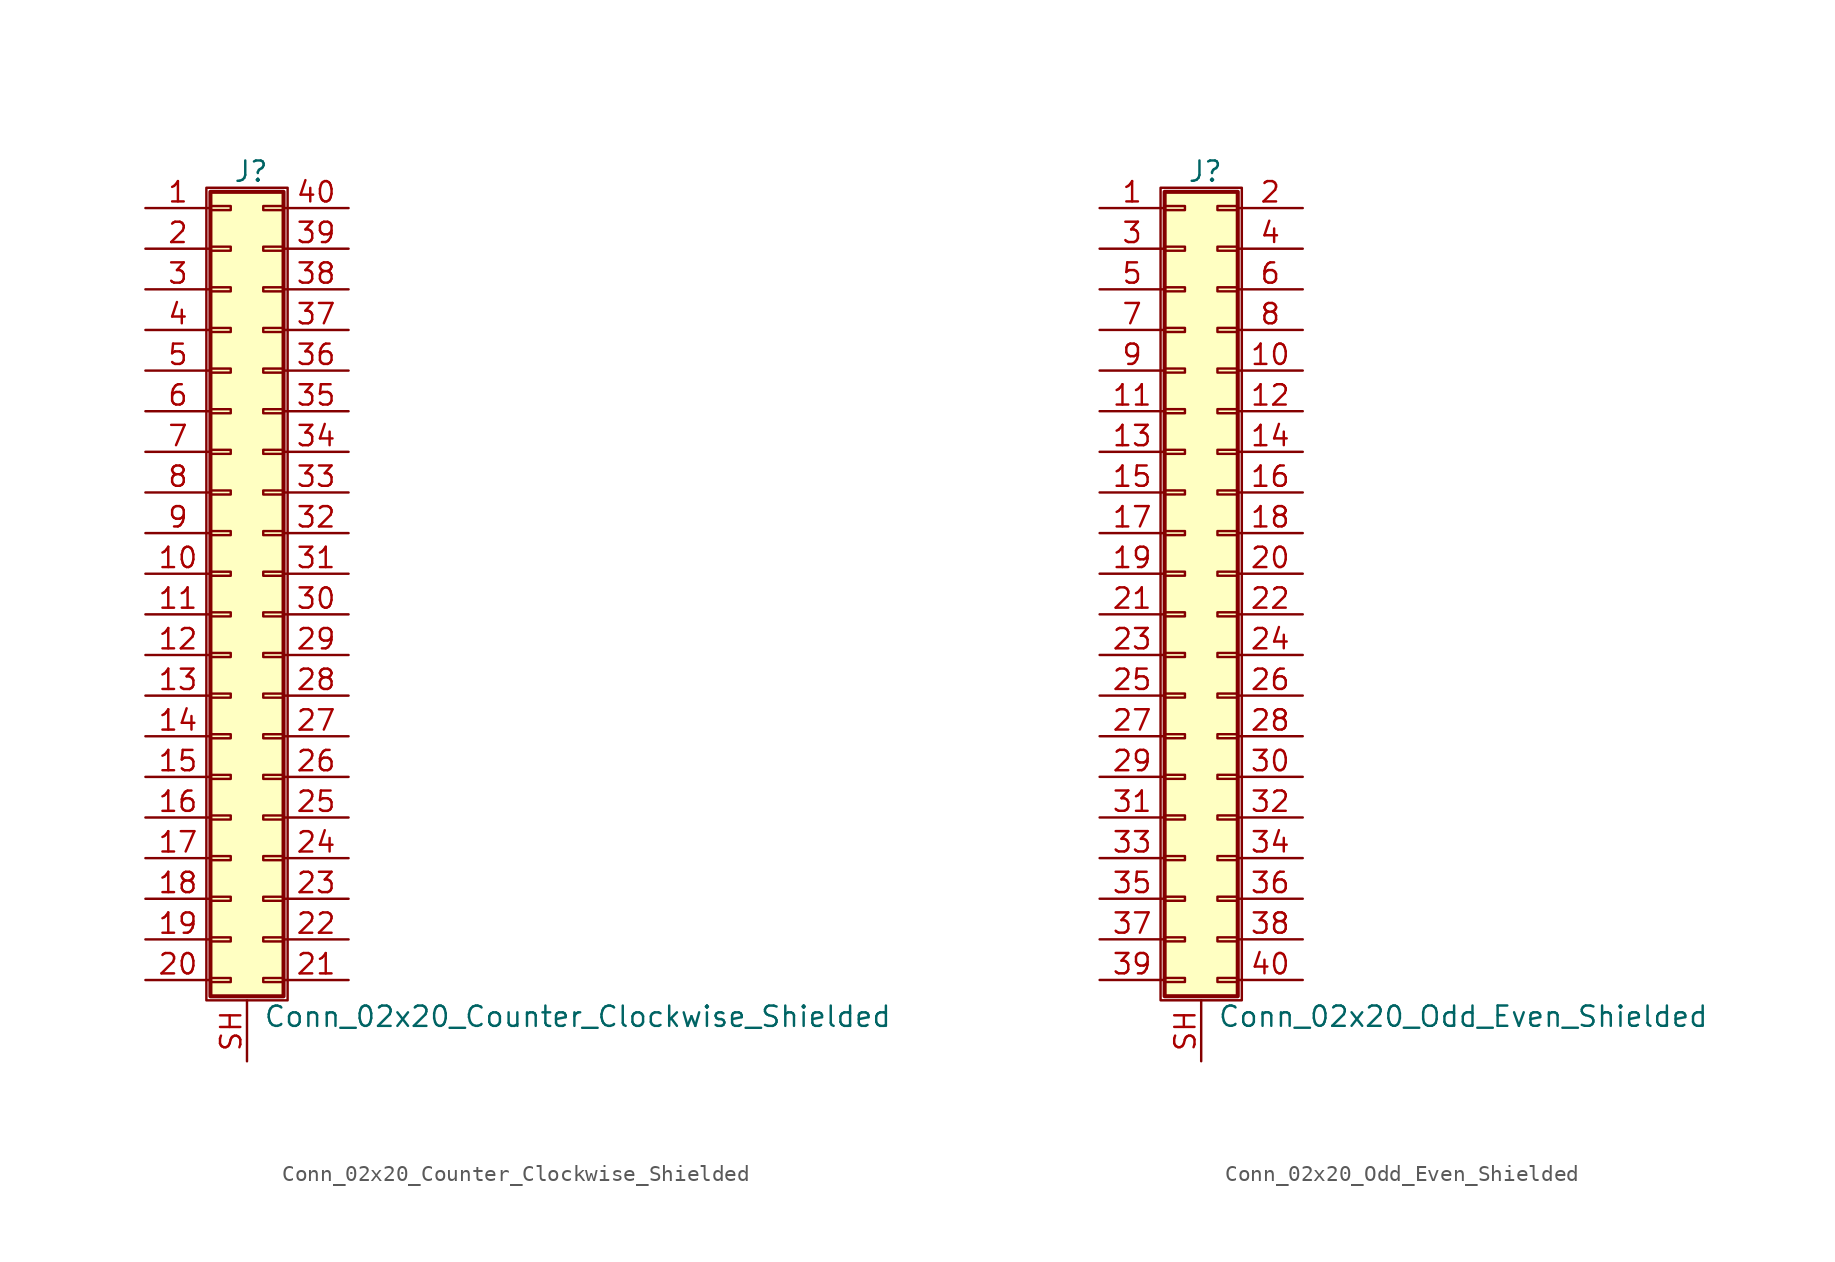
<source format=kicad_sym>
(kicad_symbol_lib
  (version 20201005)
  (generator kicad_symbol_editor)
  (symbol "Connector_Generic_Shielded:Conn_02x20_Counter_Clockwise_Shielded"
    (pin_names
      (offset 1.016) hide)
    (property "Reference" "J"
      (at 1.524 25.146 0)
      (effects (font (size 1.27 1.27))))
    (property "Value" "Conn_02x20_Counter_Clockwise_Shielded"
      (at 2.286 -27.686 0)
      (effects (font (size 1.27 1.27)) (justify left)))
    (symbol "Conn_02x20_Counter_Clockwise_Shielded_1_1"
      (rectangle (start -1.016 -4.953) (end 0.254 -5.207) (stroke (width 0.152)) (fill (type none)))
      (rectangle (start -1.016 -7.493) (end 0.254 -7.747) (stroke (width 0.152)) (fill (type none)))
      (rectangle (start -1.016 -10.033) (end 0.254 -10.287) (stroke (width 0.152)) (fill (type none)))
      (rectangle (start -1.016 -12.573) (end 0.254 -12.827) (stroke (width 0.152)) (fill (type none)))
      (rectangle (start -1.016 -15.113) (end 0.254 -15.367) (stroke (width 0.152)) (fill (type none)))
      (rectangle (start -1.016 -17.653) (end 0.254 -17.907) (stroke (width 0.152)) (fill (type none)))
      (rectangle (start -1.016 -20.193) (end 0.254 -20.447) (stroke (width 0.152)) (fill (type none)))
      (rectangle (start -1.016 -22.733) (end 0.254 -22.987) (stroke (width 0.152)) (fill (type none)))
      (rectangle (start -1.016 -2.413) (end 0.254 -2.667) (stroke (width 0.152)) (fill (type none)))
      (rectangle (start -1.016 -25.273) (end 0.254 -25.527) (stroke (width 0.152)) (fill (type none)))
      (rectangle (start -1.016 2.667) (end 0.254 2.413) (stroke (width 0.152)) (fill (type none)))
      (rectangle (start -1.016 5.207) (end 0.254 4.953) (stroke (width 0.152)) (fill (type none)))
      (rectangle (start -1.016 7.747) (end 0.254 7.493) (stroke (width 0.152)) (fill (type none)))
      (rectangle (start -1.016 10.287) (end 0.254 10.033) (stroke (width 0.152)) (fill (type none)))
      (rectangle (start -1.016 0.127) (end 0.254 -0.127) (stroke (width 0.152)) (fill (type none)))
      (rectangle (start -1.016 12.827) (end 0.254 12.573) (stroke (width 0.152)) (fill (type none)))
      (rectangle (start -1.016 15.367) (end 0.254 15.113) (stroke (width 0.152)) (fill (type none)))
      (rectangle (start -1.016 17.907) (end 0.254 17.653) (stroke (width 0.152)) (fill (type none)))
      (rectangle (start -1.016 20.447) (end 0.254 20.193) (stroke (width 0.152)) (fill (type none)))
      (rectangle (start -1.016 22.987) (end 0.254 22.733) (stroke (width 0.152)) (fill (type none)))
      (rectangle (start -1.016 23.876) (end 3.556 -26.416) (stroke (width 0.254)) (fill (type background)))
      (rectangle (start -1.27 24.13) (end 3.81 -26.67) (stroke (width 0.152)) (fill (type none)))
      (rectangle (start 3.556 -4.953) (end 2.286 -5.207) (stroke (width 0.152)) (fill (type none)))
      (rectangle (start 3.556 -7.493) (end 2.286 -7.747) (stroke (width 0.152)) (fill (type none)))
      (rectangle (start 3.556 -10.033) (end 2.286 -10.287) (stroke (width 0.152)) (fill (type none)))
      (rectangle (start 3.556 -12.573) (end 2.286 -12.827) (stroke (width 0.152)) (fill (type none)))
      (rectangle (start 3.556 -15.113) (end 2.286 -15.367) (stroke (width 0.152)) (fill (type none)))
      (rectangle (start 3.556 -17.653) (end 2.286 -17.907) (stroke (width 0.152)) (fill (type none)))
      (rectangle (start 3.556 -20.193) (end 2.286 -20.447) (stroke (width 0.152)) (fill (type none)))
      (rectangle (start 3.556 -22.733) (end 2.286 -22.987) (stroke (width 0.152)) (fill (type none)))
      (rectangle (start 3.556 -2.413) (end 2.286 -2.667) (stroke (width 0.152)) (fill (type none)))
      (rectangle (start 3.556 -25.273) (end 2.286 -25.527) (stroke (width 0.152)) (fill (type none)))
      (rectangle (start 3.556 2.667) (end 2.286 2.413) (stroke (width 0.152)) (fill (type none)))
      (rectangle (start 3.556 5.207) (end 2.286 4.953) (stroke (width 0.152)) (fill (type none)))
      (rectangle (start 3.556 7.747) (end 2.286 7.493) (stroke (width 0.152)) (fill (type none)))
      (rectangle (start 3.556 10.287) (end 2.286 10.033) (stroke (width 0.152)) (fill (type none)))
      (rectangle (start 3.556 0.127) (end 2.286 -0.127) (stroke (width 0.152)) (fill (type none)))
      (rectangle (start 3.556 12.827) (end 2.286 12.573) (stroke (width 0.152)) (fill (type none)))
      (rectangle (start 3.556 15.367) (end 2.286 15.113) (stroke (width 0.152)) (fill (type none)))
      (rectangle (start 3.556 17.907) (end 2.286 17.653) (stroke (width 0.152)) (fill (type none)))
      (rectangle (start 3.556 20.447) (end 2.286 20.193) (stroke (width 0.152)) (fill (type none)))
      (rectangle (start 3.556 22.987) (end 2.286 22.733) (stroke (width 0.152)) (fill (type none)))
      (pin passive line (at -5.08 22.86 0) (length 4.064) (name "Pin_1" (effects (font (size 1.27 1.27)))) (number "1" (effects (font (size 1.27 1.27)))))
      (pin passive line (at -5.08 0 0) (length 4.064) (name "Pin_10" (effects (font (size 1.27 1.27)))) (number "10" (effects (font (size 1.27 1.27)))))
      (pin passive line (at -5.08 -2.54 0) (length 4.064) (name "Pin_11" (effects (font (size 1.27 1.27)))) (number "11" (effects (font (size 1.27 1.27)))))
      (pin passive line (at -5.08 -5.08 0) (length 4.064) (name "Pin_12" (effects (font (size 1.27 1.27)))) (number "12" (effects (font (size 1.27 1.27)))))
      (pin passive line (at -5.08 -7.62 0) (length 4.064) (name "Pin_13" (effects (font (size 1.27 1.27)))) (number "13" (effects (font (size 1.27 1.27)))))
      (pin passive line (at -5.08 -10.16 0) (length 4.064) (name "Pin_14" (effects (font (size 1.27 1.27)))) (number "14" (effects (font (size 1.27 1.27)))))
      (pin passive line (at -5.08 -12.7 0) (length 4.064) (name "Pin_15" (effects (font (size 1.27 1.27)))) (number "15" (effects (font (size 1.27 1.27)))))
      (pin passive line (at -5.08 -15.24 0) (length 4.064) (name "Pin_16" (effects (font (size 1.27 1.27)))) (number "16" (effects (font (size 1.27 1.27)))))
      (pin passive line (at -5.08 -17.78 0) (length 4.064) (name "Pin_17" (effects (font (size 1.27 1.27)))) (number "17" (effects (font (size 1.27 1.27)))))
      (pin passive line (at -5.08 -20.32 0) (length 4.064) (name "Pin_18" (effects (font (size 1.27 1.27)))) (number "18" (effects (font (size 1.27 1.27)))))
      (pin passive line (at -5.08 -22.86 0) (length 4.064) (name "Pin_19" (effects (font (size 1.27 1.27)))) (number "19" (effects (font (size 1.27 1.27)))))
      (pin passive line (at -5.08 20.32 0) (length 4.064) (name "Pin_2" (effects (font (size 1.27 1.27)))) (number "2" (effects (font (size 1.27 1.27)))))
      (pin passive line (at -5.08 -25.4 0) (length 4.064) (name "Pin_20" (effects (font (size 1.27 1.27)))) (number "20" (effects (font (size 1.27 1.27)))))
      (pin passive line (at 7.62 -25.4 180) (length 4.064) (name "Pin_21" (effects (font (size 1.27 1.27)))) (number "21" (effects (font (size 1.27 1.27)))))
      (pin passive line (at 7.62 -22.86 180) (length 4.064) (name "Pin_22" (effects (font (size 1.27 1.27)))) (number "22" (effects (font (size 1.27 1.27)))))
      (pin passive line (at 7.62 -20.32 180) (length 4.064) (name "Pin_23" (effects (font (size 1.27 1.27)))) (number "23" (effects (font (size 1.27 1.27)))))
      (pin passive line (at 7.62 -17.78 180) (length 4.064) (name "Pin_24" (effects (font (size 1.27 1.27)))) (number "24" (effects (font (size 1.27 1.27)))))
      (pin passive line (at 7.62 -15.24 180) (length 4.064) (name "Pin_25" (effects (font (size 1.27 1.27)))) (number "25" (effects (font (size 1.27 1.27)))))
      (pin passive line (at 7.62 -12.7 180) (length 4.064) (name "Pin_26" (effects (font (size 1.27 1.27)))) (number "26" (effects (font (size 1.27 1.27)))))
      (pin passive line (at 7.62 -10.16 180) (length 4.064) (name "Pin_27" (effects (font (size 1.27 1.27)))) (number "27" (effects (font (size 1.27 1.27)))))
      (pin passive line (at 7.62 -7.62 180) (length 4.064) (name "Pin_28" (effects (font (size 1.27 1.27)))) (number "28" (effects (font (size 1.27 1.27)))))
      (pin passive line (at 7.62 -5.08 180) (length 4.064) (name "Pin_29" (effects (font (size 1.27 1.27)))) (number "29" (effects (font (size 1.27 1.27)))))
      (pin passive line (at -5.08 17.78 0) (length 4.064) (name "Pin_3" (effects (font (size 1.27 1.27)))) (number "3" (effects (font (size 1.27 1.27)))))
      (pin passive line (at 7.62 -2.54 180) (length 4.064) (name "Pin_30" (effects (font (size 1.27 1.27)))) (number "30" (effects (font (size 1.27 1.27)))))
      (pin passive line (at 7.62 0 180) (length 4.064) (name "Pin_31" (effects (font (size 1.27 1.27)))) (number "31" (effects (font (size 1.27 1.27)))))
      (pin passive line (at 7.62 2.54 180) (length 4.064) (name "Pin_32" (effects (font (size 1.27 1.27)))) (number "32" (effects (font (size 1.27 1.27)))))
      (pin passive line (at 7.62 5.08 180) (length 4.064) (name "Pin_33" (effects (font (size 1.27 1.27)))) (number "33" (effects (font (size 1.27 1.27)))))
      (pin passive line (at 7.62 7.62 180) (length 4.064) (name "Pin_34" (effects (font (size 1.27 1.27)))) (number "34" (effects (font (size 1.27 1.27)))))
      (pin passive line (at 7.62 10.16 180) (length 4.064) (name "Pin_35" (effects (font (size 1.27 1.27)))) (number "35" (effects (font (size 1.27 1.27)))))
      (pin passive line (at 7.62 12.7 180) (length 4.064) (name "Pin_36" (effects (font (size 1.27 1.27)))) (number "36" (effects (font (size 1.27 1.27)))))
      (pin passive line (at 7.62 15.24 180) (length 4.064) (name "Pin_37" (effects (font (size 1.27 1.27)))) (number "37" (effects (font (size 1.27 1.27)))))
      (pin passive line (at 7.62 17.78 180) (length 4.064) (name "Pin_38" (effects (font (size 1.27 1.27)))) (number "38" (effects (font (size 1.27 1.27)))))
      (pin passive line (at 7.62 20.32 180) (length 4.064) (name "Pin_39" (effects (font (size 1.27 1.27)))) (number "39" (effects (font (size 1.27 1.27)))))
      (pin passive line (at -5.08 15.24 0) (length 4.064) (name "Pin_4" (effects (font (size 1.27 1.27)))) (number "4" (effects (font (size 1.27 1.27)))))
      (pin passive line (at 7.62 22.86 180) (length 4.064) (name "Pin_40" (effects (font (size 1.27 1.27)))) (number "40" (effects (font (size 1.27 1.27)))))
      (pin passive line (at -5.08 12.7 0) (length 4.064) (name "Pin_5" (effects (font (size 1.27 1.27)))) (number "5" (effects (font (size 1.27 1.27)))))
      (pin passive line (at -5.08 10.16 0) (length 4.064) (name "Pin_6" (effects (font (size 1.27 1.27)))) (number "6" (effects (font (size 1.27 1.27)))))
      (pin passive line (at -5.08 7.62 0) (length 4.064) (name "Pin_7" (effects (font (size 1.27 1.27)))) (number "7" (effects (font (size 1.27 1.27)))))
      (pin passive line (at -5.08 5.08 0) (length 4.064) (name "Pin_8" (effects (font (size 1.27 1.27)))) (number "8" (effects (font (size 1.27 1.27)))))
      (pin passive line (at -5.08 2.54 0) (length 4.064) (name "Pin_9" (effects (font (size 1.27 1.27)))) (number "9" (effects (font (size 1.27 1.27)))))
      (pin passive line (at 1.27 -30.48 90) (length 3.81) (name "Shield" (effects (font (size 1.27 1.27)))) (number "SH" (effects (font (size 1.27 1.27)))))))
  (symbol "Connector_Generic_Shielded:Conn_02x20_Odd_Even_Shielded"
    (pin_names
      (offset 1.016) hide)
    (property "Reference" "J"
      (at 1.524 25.146 0)
      (effects (font (size 1.27 1.27))))
    (property "Value" "Conn_02x20_Odd_Even_Shielded"
      (at 2.286 -27.686 0)
      (effects (font (size 1.27 1.27)) (justify left)))
    (symbol "Conn_02x20_Odd_Even_Shielded_1_1"
      (rectangle (start -1.016 -4.953) (end 0.254 -5.207) (stroke (width 0.152)) (fill (type none)))
      (rectangle (start -1.016 -7.493) (end 0.254 -7.747) (stroke (width 0.152)) (fill (type none)))
      (rectangle (start -1.016 -10.033) (end 0.254 -10.287) (stroke (width 0.152)) (fill (type none)))
      (rectangle (start -1.016 -12.573) (end 0.254 -12.827) (stroke (width 0.152)) (fill (type none)))
      (rectangle (start -1.016 -15.113) (end 0.254 -15.367) (stroke (width 0.152)) (fill (type none)))
      (rectangle (start -1.016 -17.653) (end 0.254 -17.907) (stroke (width 0.152)) (fill (type none)))
      (rectangle (start -1.016 -20.193) (end 0.254 -20.447) (stroke (width 0.152)) (fill (type none)))
      (rectangle (start -1.016 -22.733) (end 0.254 -22.987) (stroke (width 0.152)) (fill (type none)))
      (rectangle (start -1.016 -2.413) (end 0.254 -2.667) (stroke (width 0.152)) (fill (type none)))
      (rectangle (start -1.016 -25.273) (end 0.254 -25.527) (stroke (width 0.152)) (fill (type none)))
      (rectangle (start -1.016 2.667) (end 0.254 2.413) (stroke (width 0.152)) (fill (type none)))
      (rectangle (start -1.016 5.207) (end 0.254 4.953) (stroke (width 0.152)) (fill (type none)))
      (rectangle (start -1.016 7.747) (end 0.254 7.493) (stroke (width 0.152)) (fill (type none)))
      (rectangle (start -1.016 10.287) (end 0.254 10.033) (stroke (width 0.152)) (fill (type none)))
      (rectangle (start -1.016 0.127) (end 0.254 -0.127) (stroke (width 0.152)) (fill (type none)))
      (rectangle (start -1.016 12.827) (end 0.254 12.573) (stroke (width 0.152)) (fill (type none)))
      (rectangle (start -1.016 15.367) (end 0.254 15.113) (stroke (width 0.152)) (fill (type none)))
      (rectangle (start -1.016 17.907) (end 0.254 17.653) (stroke (width 0.152)) (fill (type none)))
      (rectangle (start -1.016 20.447) (end 0.254 20.193) (stroke (width 0.152)) (fill (type none)))
      (rectangle (start -1.016 22.987) (end 0.254 22.733) (stroke (width 0.152)) (fill (type none)))
      (rectangle (start -1.016 23.876) (end 3.556 -26.416) (stroke (width 0.254)) (fill (type background)))
      (rectangle (start -1.27 24.13) (end 3.81 -26.67) (stroke (width 0.152)) (fill (type none)))
      (rectangle (start 3.556 -4.953) (end 2.286 -5.207) (stroke (width 0.152)) (fill (type none)))
      (rectangle (start 3.556 -7.493) (end 2.286 -7.747) (stroke (width 0.152)) (fill (type none)))
      (rectangle (start 3.556 -10.033) (end 2.286 -10.287) (stroke (width 0.152)) (fill (type none)))
      (rectangle (start 3.556 -12.573) (end 2.286 -12.827) (stroke (width 0.152)) (fill (type none)))
      (rectangle (start 3.556 -15.113) (end 2.286 -15.367) (stroke (width 0.152)) (fill (type none)))
      (rectangle (start 3.556 -17.653) (end 2.286 -17.907) (stroke (width 0.152)) (fill (type none)))
      (rectangle (start 3.556 -20.193) (end 2.286 -20.447) (stroke (width 0.152)) (fill (type none)))
      (rectangle (start 3.556 -22.733) (end 2.286 -22.987) (stroke (width 0.152)) (fill (type none)))
      (rectangle (start 3.556 -2.413) (end 2.286 -2.667) (stroke (width 0.152)) (fill (type none)))
      (rectangle (start 3.556 -25.273) (end 2.286 -25.527) (stroke (width 0.152)) (fill (type none)))
      (rectangle (start 3.556 2.667) (end 2.286 2.413) (stroke (width 0.152)) (fill (type none)))
      (rectangle (start 3.556 5.207) (end 2.286 4.953) (stroke (width 0.152)) (fill (type none)))
      (rectangle (start 3.556 7.747) (end 2.286 7.493) (stroke (width 0.152)) (fill (type none)))
      (rectangle (start 3.556 10.287) (end 2.286 10.033) (stroke (width 0.152)) (fill (type none)))
      (rectangle (start 3.556 0.127) (end 2.286 -0.127) (stroke (width 0.152)) (fill (type none)))
      (rectangle (start 3.556 12.827) (end 2.286 12.573) (stroke (width 0.152)) (fill (type none)))
      (rectangle (start 3.556 15.367) (end 2.286 15.113) (stroke (width 0.152)) (fill (type none)))
      (rectangle (start 3.556 17.907) (end 2.286 17.653) (stroke (width 0.152)) (fill (type none)))
      (rectangle (start 3.556 20.447) (end 2.286 20.193) (stroke (width 0.152)) (fill (type none)))
      (rectangle (start 3.556 22.987) (end 2.286 22.733) (stroke (width 0.152)) (fill (type none)))
      (pin passive line (at -5.08 22.86 0) (length 4.064) (name "Pin_1" (effects (font (size 1.27 1.27)))) (number "1" (effects (font (size 1.27 1.27)))))
      (pin passive line (at 7.62 12.7 180) (length 4.064) (name "Pin_10" (effects (font (size 1.27 1.27)))) (number "10" (effects (font (size 1.27 1.27)))))
      (pin passive line (at -5.08 10.16 0) (length 4.064) (name "Pin_11" (effects (font (size 1.27 1.27)))) (number "11" (effects (font (size 1.27 1.27)))))
      (pin passive line (at 7.62 10.16 180) (length 4.064) (name "Pin_12" (effects (font (size 1.27 1.27)))) (number "12" (effects (font (size 1.27 1.27)))))
      (pin passive line (at -5.08 7.62 0) (length 4.064) (name "Pin_13" (effects (font (size 1.27 1.27)))) (number "13" (effects (font (size 1.27 1.27)))))
      (pin passive line (at 7.62 7.62 180) (length 4.064) (name "Pin_14" (effects (font (size 1.27 1.27)))) (number "14" (effects (font (size 1.27 1.27)))))
      (pin passive line (at -5.08 5.08 0) (length 4.064) (name "Pin_15" (effects (font (size 1.27 1.27)))) (number "15" (effects (font (size 1.27 1.27)))))
      (pin passive line (at 7.62 5.08 180) (length 4.064) (name "Pin_16" (effects (font (size 1.27 1.27)))) (number "16" (effects (font (size 1.27 1.27)))))
      (pin passive line (at -5.08 2.54 0) (length 4.064) (name "Pin_17" (effects (font (size 1.27 1.27)))) (number "17" (effects (font (size 1.27 1.27)))))
      (pin passive line (at 7.62 2.54 180) (length 4.064) (name "Pin_18" (effects (font (size 1.27 1.27)))) (number "18" (effects (font (size 1.27 1.27)))))
      (pin passive line (at -5.08 0 0) (length 4.064) (name "Pin_19" (effects (font (size 1.27 1.27)))) (number "19" (effects (font (size 1.27 1.27)))))
      (pin passive line (at 7.62 22.86 180) (length 4.064) (name "Pin_2" (effects (font (size 1.27 1.27)))) (number "2" (effects (font (size 1.27 1.27)))))
      (pin passive line (at 7.62 0 180) (length 4.064) (name "Pin_20" (effects (font (size 1.27 1.27)))) (number "20" (effects (font (size 1.27 1.27)))))
      (pin passive line (at -5.08 -2.54 0) (length 4.064) (name "Pin_21" (effects (font (size 1.27 1.27)))) (number "21" (effects (font (size 1.27 1.27)))))
      (pin passive line (at 7.62 -2.54 180) (length 4.064) (name "Pin_22" (effects (font (size 1.27 1.27)))) (number "22" (effects (font (size 1.27 1.27)))))
      (pin passive line (at -5.08 -5.08 0) (length 4.064) (name "Pin_23" (effects (font (size 1.27 1.27)))) (number "23" (effects (font (size 1.27 1.27)))))
      (pin passive line (at 7.62 -5.08 180) (length 4.064) (name "Pin_24" (effects (font (size 1.27 1.27)))) (number "24" (effects (font (size 1.27 1.27)))))
      (pin passive line (at -5.08 -7.62 0) (length 4.064) (name "Pin_25" (effects (font (size 1.27 1.27)))) (number "25" (effects (font (size 1.27 1.27)))))
      (pin passive line (at 7.62 -7.62 180) (length 4.064) (name "Pin_26" (effects (font (size 1.27 1.27)))) (number "26" (effects (font (size 1.27 1.27)))))
      (pin passive line (at -5.08 -10.16 0) (length 4.064) (name "Pin_27" (effects (font (size 1.27 1.27)))) (number "27" (effects (font (size 1.27 1.27)))))
      (pin passive line (at 7.62 -10.16 180) (length 4.064) (name "Pin_28" (effects (font (size 1.27 1.27)))) (number "28" (effects (font (size 1.27 1.27)))))
      (pin passive line (at -5.08 -12.7 0) (length 4.064) (name "Pin_29" (effects (font (size 1.27 1.27)))) (number "29" (effects (font (size 1.27 1.27)))))
      (pin passive line (at -5.08 20.32 0) (length 4.064) (name "Pin_3" (effects (font (size 1.27 1.27)))) (number "3" (effects (font (size 1.27 1.27)))))
      (pin passive line (at 7.62 -12.7 180) (length 4.064) (name "Pin_30" (effects (font (size 1.27 1.27)))) (number "30" (effects (font (size 1.27 1.27)))))
      (pin passive line (at -5.08 -15.24 0) (length 4.064) (name "Pin_31" (effects (font (size 1.27 1.27)))) (number "31" (effects (font (size 1.27 1.27)))))
      (pin passive line (at 7.62 -15.24 180) (length 4.064) (name "Pin_32" (effects (font (size 1.27 1.27)))) (number "32" (effects (font (size 1.27 1.27)))))
      (pin passive line (at -5.08 -17.78 0) (length 4.064) (name "Pin_33" (effects (font (size 1.27 1.27)))) (number "33" (effects (font (size 1.27 1.27)))))
      (pin passive line (at 7.62 -17.78 180) (length 4.064) (name "Pin_34" (effects (font (size 1.27 1.27)))) (number "34" (effects (font (size 1.27 1.27)))))
      (pin passive line (at -5.08 -20.32 0) (length 4.064) (name "Pin_35" (effects (font (size 1.27 1.27)))) (number "35" (effects (font (size 1.27 1.27)))))
      (pin passive line (at 7.62 -20.32 180) (length 4.064) (name "Pin_36" (effects (font (size 1.27 1.27)))) (number "36" (effects (font (size 1.27 1.27)))))
      (pin passive line (at -5.08 -22.86 0) (length 4.064) (name "Pin_37" (effects (font (size 1.27 1.27)))) (number "37" (effects (font (size 1.27 1.27)))))
      (pin passive line (at 7.62 -22.86 180) (length 4.064) (name "Pin_38" (effects (font (size 1.27 1.27)))) (number "38" (effects (font (size 1.27 1.27)))))
      (pin passive line (at -5.08 -25.4 0) (length 4.064) (name "Pin_39" (effects (font (size 1.27 1.27)))) (number "39" (effects (font (size 1.27 1.27)))))
      (pin passive line (at 7.62 20.32 180) (length 4.064) (name "Pin_4" (effects (font (size 1.27 1.27)))) (number "4" (effects (font (size 1.27 1.27)))))
      (pin passive line (at 7.62 -25.4 180) (length 4.064) (name "Pin_40" (effects (font (size 1.27 1.27)))) (number "40" (effects (font (size 1.27 1.27)))))
      (pin passive line (at -5.08 17.78 0) (length 4.064) (name "Pin_5" (effects (font (size 1.27 1.27)))) (number "5" (effects (font (size 1.27 1.27)))))
      (pin passive line (at 7.62 17.78 180) (length 4.064) (name "Pin_6" (effects (font (size 1.27 1.27)))) (number "6" (effects (font (size 1.27 1.27)))))
      (pin passive line (at -5.08 15.24 0) (length 4.064) (name "Pin_7" (effects (font (size 1.27 1.27)))) (number "7" (effects (font (size 1.27 1.27)))))
      (pin passive line (at 7.62 15.24 180) (length 4.064) (name "Pin_8" (effects (font (size 1.27 1.27)))) (number "8" (effects (font (size 1.27 1.27)))))
      (pin passive line (at -5.08 12.7 0) (length 4.064) (name "Pin_9" (effects (font (size 1.27 1.27)))) (number "9" (effects (font (size 1.27 1.27)))))
      (pin passive line (at 1.27 -30.48 90) (length 3.81) (name "Shield" (effects (font (size 1.27 1.27)))) (number "SH" (effects (font (size 1.27 1.27))))))))
</source>
